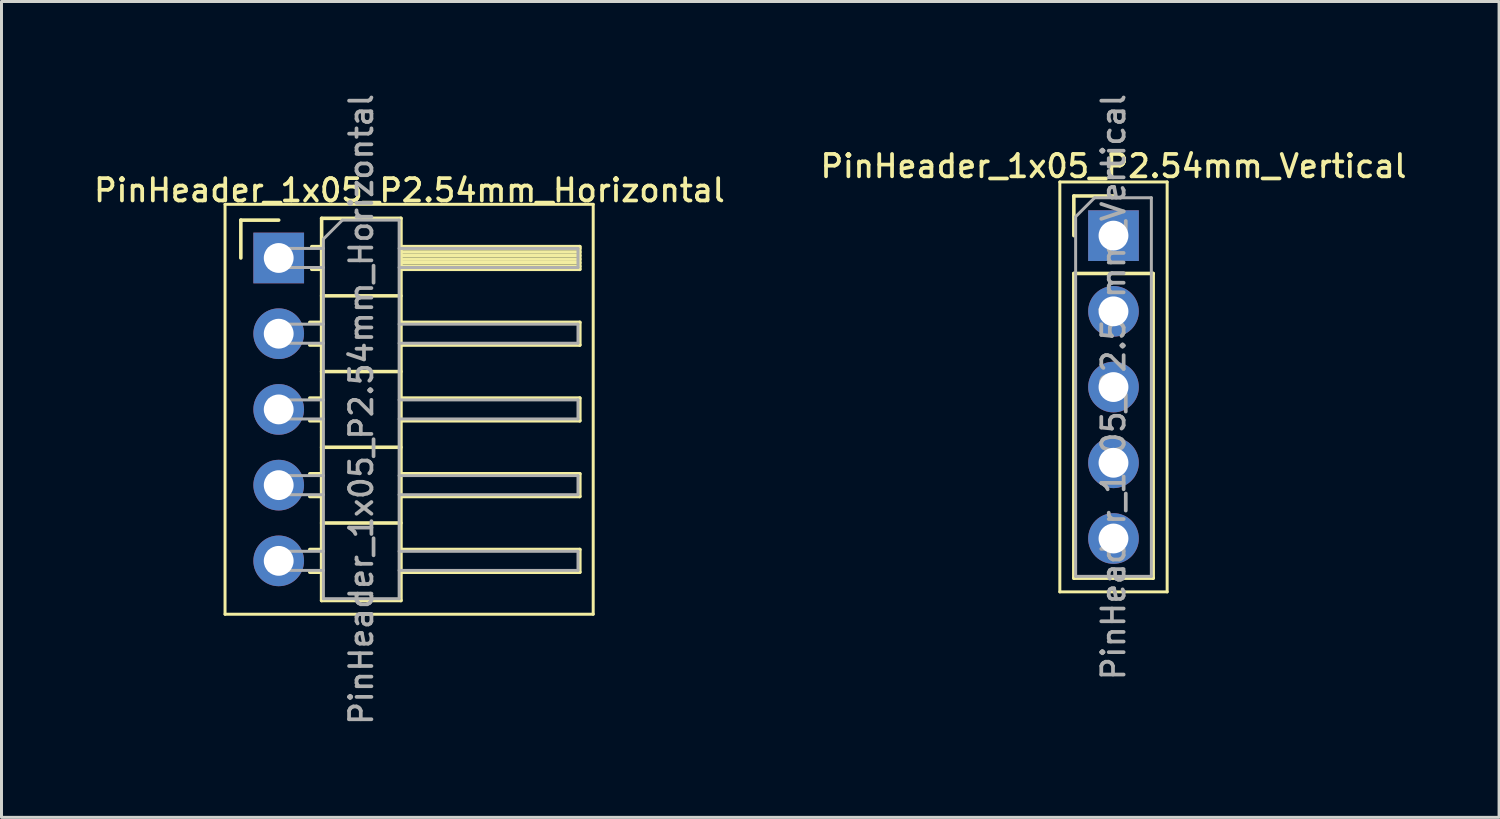
<source format=kicad_pcb>
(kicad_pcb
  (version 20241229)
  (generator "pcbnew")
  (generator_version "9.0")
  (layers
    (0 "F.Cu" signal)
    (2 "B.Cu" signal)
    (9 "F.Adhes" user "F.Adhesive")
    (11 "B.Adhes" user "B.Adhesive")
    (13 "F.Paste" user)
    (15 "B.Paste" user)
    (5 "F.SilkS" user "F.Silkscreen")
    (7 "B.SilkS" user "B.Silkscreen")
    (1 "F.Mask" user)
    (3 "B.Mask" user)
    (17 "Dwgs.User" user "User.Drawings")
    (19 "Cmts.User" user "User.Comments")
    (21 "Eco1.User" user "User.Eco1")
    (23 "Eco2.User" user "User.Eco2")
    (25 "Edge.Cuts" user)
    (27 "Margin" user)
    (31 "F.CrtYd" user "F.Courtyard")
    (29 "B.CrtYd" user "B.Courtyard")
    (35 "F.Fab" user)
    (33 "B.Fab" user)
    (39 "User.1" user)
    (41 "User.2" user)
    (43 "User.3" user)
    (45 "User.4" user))
  (footprint "PinHeader_1x05_P2.54mm_Horizontal"
    (layer "F.Cu")
    (at 6.299 5.604)
    (property "Reference" "PinHeader_1x05_P2.54mm_Horizontal" (at 4.385 -2.27 0) (layer "F.SilkS") (effects (font (size 0.75 0.75) (thickness 0.125))))
    (attr through_hole)
    (fp_line (start -1.8 -1.8) (end -1.8 11.95) (stroke (width 0.1) (type solid)) (layer "F.SilkS"))
    (fp_line (start -1.8 11.95) (end 10.55 11.95) (stroke (width 0.1) (type solid)) (layer "F.SilkS"))
    (fp_line (start -1.27 -1.27) (end 0 -1.27) (stroke (width 0.12) (type solid)) (layer "F.SilkS"))
    (fp_line (start -1.27 0) (end -1.27 -1.27) (stroke (width 0.12) (type solid)) (layer "F.SilkS"))
    (fp_line (start 1.043 2.16) (end 1.44 2.16) (stroke (width 0.12) (type solid)) (layer "F.SilkS"))
    (fp_line (start 1.043 2.92) (end 1.44 2.92) (stroke (width 0.12) (type solid)) (layer "F.SilkS"))
    (fp_line (start 1.043 4.7) (end 1.44 4.7) (stroke (width 0.12) (type solid)) (layer "F.SilkS"))
    (fp_line (start 1.043 5.46) (end 1.44 5.46) (stroke (width 0.12) (type solid)) (layer "F.SilkS"))
    (fp_line (start 1.043 7.24) (end 1.44 7.24) (stroke (width 0.12) (type solid)) (layer "F.SilkS"))
    (fp_line (start 1.043 8) (end 1.44 8) (stroke (width 0.12) (type solid)) (layer "F.SilkS"))
    (fp_line (start 1.043 9.78) (end 1.44 9.78) (stroke (width 0.12) (type solid)) (layer "F.SilkS"))
    (fp_line (start 1.043 10.54) (end 1.44 10.54) (stroke (width 0.12) (type solid)) (layer "F.SilkS"))
    (fp_line (start 1.11 -0.38) (end 1.44 -0.38) (stroke (width 0.12) (type solid)) (layer "F.SilkS"))
    (fp_line (start 1.11 0.38) (end 1.44 0.38) (stroke (width 0.12) (type solid)) (layer "F.SilkS"))
    (fp_line (start 1.44 -1.33) (end 1.44 11.49) (stroke (width 0.12) (type solid)) (layer "F.SilkS"))
    (fp_line (start 1.44 1.27) (end 4.1 1.27) (stroke (width 0.12) (type solid)) (layer "F.SilkS"))
    (fp_line (start 1.44 3.81) (end 4.1 3.81) (stroke (width 0.12) (type solid)) (layer "F.SilkS"))
    (fp_line (start 1.44 6.35) (end 4.1 6.35) (stroke (width 0.12) (type solid)) (layer "F.SilkS"))
    (fp_line (start 1.44 8.89) (end 4.1 8.89) (stroke (width 0.12) (type solid)) (layer "F.SilkS"))
    (fp_line (start 1.44 11.49) (end 4.1 11.49) (stroke (width 0.12) (type solid)) (layer "F.SilkS"))
    (fp_line (start 4.1 -1.33) (end 1.44 -1.33) (stroke (width 0.12) (type solid)) (layer "F.SilkS"))
    (fp_line (start 4.1 -0.38) (end 10.1 -0.38) (stroke (width 0.12) (type solid)) (layer "F.SilkS"))
    (fp_line (start 4.1 -0.32) (end 10.1 -0.32) (stroke (width 0.12) (type solid)) (layer "F.SilkS"))
    (fp_line (start 4.1 -0.2) (end 10.1 -0.2) (stroke (width 0.12) (type solid)) (layer "F.SilkS"))
    (fp_line (start 4.1 -0.08) (end 10.1 -0.08) (stroke (width 0.12) (type solid)) (layer "F.SilkS"))
    (fp_line (start 4.1 0.04) (end 10.1 0.04) (stroke (width 0.12) (type solid)) (layer "F.SilkS"))
    (fp_line (start 4.1 0.16) (end 10.1 0.16) (stroke (width 0.12) (type solid)) (layer "F.SilkS"))
    (fp_line (start 4.1 0.28) (end 10.1 0.28) (stroke (width 0.12) (type solid)) (layer "F.SilkS"))
    (fp_line (start 4.1 2.16) (end 10.1 2.16) (stroke (width 0.12) (type solid)) (layer "F.SilkS"))
    (fp_line (start 4.1 4.7) (end 10.1 4.7) (stroke (width 0.12) (type solid)) (layer "F.SilkS"))
    (fp_line (start 4.1 7.24) (end 10.1 7.24) (stroke (width 0.12) (type solid)) (layer "F.SilkS"))
    (fp_line (start 4.1 9.78) (end 10.1 9.78) (stroke (width 0.12) (type solid)) (layer "F.SilkS"))
    (fp_line (start 4.1 11.49) (end 4.1 -1.33) (stroke (width 0.12) (type solid)) (layer "F.SilkS"))
    (fp_line (start 10.1 -0.38) (end 10.1 0.38) (stroke (width 0.12) (type solid)) (layer "F.SilkS"))
    (fp_line (start 10.1 0.38) (end 4.1 0.38) (stroke (width 0.12) (type solid)) (layer "F.SilkS"))
    (fp_line (start 10.1 2.16) (end 10.1 2.92) (stroke (width 0.12) (type solid)) (layer "F.SilkS"))
    (fp_line (start 10.1 2.92) (end 4.1 2.92) (stroke (width 0.12) (type solid)) (layer "F.SilkS"))
    (fp_line (start 10.1 4.7) (end 10.1 5.46) (stroke (width 0.12) (type solid)) (layer "F.SilkS"))
    (fp_line (start 10.1 5.46) (end 4.1 5.46) (stroke (width 0.12) (type solid)) (layer "F.SilkS"))
    (fp_line (start 10.1 7.24) (end 10.1 8) (stroke (width 0.12) (type solid)) (layer "F.SilkS"))
    (fp_line (start 10.1 8) (end 4.1 8) (stroke (width 0.12) (type solid)) (layer "F.SilkS"))
    (fp_line (start 10.1 9.78) (end 10.1 10.54) (stroke (width 0.12) (type solid)) (layer "F.SilkS"))
    (fp_line (start 10.1 10.54) (end 4.1 10.54) (stroke (width 0.12) (type solid)) (layer "F.SilkS"))
    (fp_line (start 10.55 -1.8) (end -1.8 -1.8) (stroke (width 0.1) (type solid)) (layer "F.SilkS"))
    (fp_line (start 10.55 11.95) (end 10.55 -1.8) (stroke (width 0.1) (type solid)) (layer "F.SilkS"))
    (fp_line (start -0.32 -0.32) (end -0.32 0.32) (stroke (width 0.1) (type solid)) (layer "F.Fab"))
    (fp_line (start -0.32 -0.32) (end 1.5 -0.32) (stroke (width 0.1) (type solid)) (layer "F.Fab"))
    (fp_line (start -0.32 0.32) (end 1.5 0.32) (stroke (width 0.1) (type solid)) (layer "F.Fab"))
    (fp_line (start -0.32 2.22) (end -0.32 2.86) (stroke (width 0.1) (type solid)) (layer "F.Fab"))
    (fp_line (start -0.32 2.22) (end 1.5 2.22) (stroke (width 0.1) (type solid)) (layer "F.Fab"))
    (fp_line (start -0.32 2.86) (end 1.5 2.86) (stroke (width 0.1) (type solid)) (layer "F.Fab"))
    (fp_line (start -0.32 4.76) (end -0.32 5.4) (stroke (width 0.1) (type solid)) (layer "F.Fab"))
    (fp_line (start -0.32 4.76) (end 1.5 4.76) (stroke (width 0.1) (type solid)) (layer "F.Fab"))
    (fp_line (start -0.32 5.4) (end 1.5 5.4) (stroke (width 0.1) (type solid)) (layer "F.Fab"))
    (fp_line (start -0.32 7.3) (end -0.32 7.94) (stroke (width 0.1) (type solid)) (layer "F.Fab"))
    (fp_line (start -0.32 7.3) (end 1.5 7.3) (stroke (width 0.1) (type solid)) (layer "F.Fab"))
    (fp_line (start -0.32 7.94) (end 1.5 7.94) (stroke (width 0.1) (type solid)) (layer "F.Fab"))
    (fp_line (start -0.32 9.84) (end -0.32 10.48) (stroke (width 0.1) (type solid)) (layer "F.Fab"))
    (fp_line (start -0.32 9.84) (end 1.5 9.84) (stroke (width 0.1) (type solid)) (layer "F.Fab"))
    (fp_line (start -0.32 10.48) (end 1.5 10.48) (stroke (width 0.1) (type solid)) (layer "F.Fab"))
    (fp_line (start 1.5 -0.635) (end 2.135 -1.27) (stroke (width 0.1) (type solid)) (layer "F.Fab"))
    (fp_line (start 1.5 11.43) (end 1.5 -0.635) (stroke (width 0.1) (type solid)) (layer "F.Fab"))
    (fp_line (start 2.135 -1.27) (end 4.04 -1.27) (stroke (width 0.1) (type solid)) (layer "F.Fab"))
    (fp_line (start 4.04 -1.27) (end 4.04 11.43) (stroke (width 0.1) (type solid)) (layer "F.Fab"))
    (fp_line (start 4.04 -0.32) (end 10.04 -0.32) (stroke (width 0.1) (type solid)) (layer "F.Fab"))
    (fp_line (start 4.04 0.32) (end 10.04 0.32) (stroke (width 0.1) (type solid)) (layer "F.Fab"))
    (fp_line (start 4.04 2.22) (end 10.04 2.22) (stroke (width 0.1) (type solid)) (layer "F.Fab"))
    (fp_line (start 4.04 2.86) (end 10.04 2.86) (stroke (width 0.1) (type solid)) (layer "F.Fab"))
    (fp_line (start 4.04 4.76) (end 10.04 4.76) (stroke (width 0.1) (type solid)) (layer "F.Fab"))
    (fp_line (start 4.04 5.4) (end 10.04 5.4) (stroke (width 0.1) (type solid)) (layer "F.Fab"))
    (fp_line (start 4.04 7.3) (end 10.04 7.3) (stroke (width 0.1) (type solid)) (layer "F.Fab"))
    (fp_line (start 4.04 7.94) (end 10.04 7.94) (stroke (width 0.1) (type solid)) (layer "F.Fab"))
    (fp_line (start 4.04 9.84) (end 10.04 9.84) (stroke (width 0.1) (type solid)) (layer "F.Fab"))
    (fp_line (start 4.04 10.48) (end 10.04 10.48) (stroke (width 0.1) (type solid)) (layer "F.Fab"))
    (fp_line (start 4.04 11.43) (end 1.5 11.43) (stroke (width 0.1) (type solid)) (layer "F.Fab"))
    (fp_line (start 10.04 -0.32) (end 10.04 0.32) (stroke (width 0.1) (type solid)) (layer "F.Fab"))
    (fp_line (start 10.04 2.22) (end 10.04 2.86) (stroke (width 0.1) (type solid)) (layer "F.Fab"))
    (fp_line (start 10.04 4.76) (end 10.04 5.4) (stroke (width 0.1) (type solid)) (layer "F.Fab"))
    (fp_line (start 10.04 7.3) (end 10.04 7.94) (stroke (width 0.1) (type solid)) (layer "F.Fab"))
    (fp_line (start 10.04 9.84) (end 10.04 10.48) (stroke (width 0.1) (type solid)) (layer "F.Fab"))
    (fp_text user "${REFERENCE}" (at 2.77 5.08 90) (layer "F.Fab") (effects (font (size 0.75 0.75) (thickness 0.125))))
    (pad "1" thru_hole rect (at 0 0) (size 1.7 1.7) (drill 1) (layers "*.Cu" "*.Mask"))
    (pad "2" thru_hole oval (at 0 2.54) (size 1.7 1.7) (drill 1) (layers "*.Cu" "*.Mask"))
    (pad "3" thru_hole oval (at 0 5.08) (size 1.7 1.7) (drill 1) (layers "*.Cu" "*.Mask"))
    (pad "4" thru_hole oval (at 0 7.62) (size 1.7 1.7) (drill 1) (layers "*.Cu" "*.Mask"))
    (pad "5" thru_hole oval (at 0 10.16) (size 1.7 1.7) (drill 1) (layers "*.Cu" "*.Mask")))
  (footprint "PinHeader_1x05_P2.54mm_Vertical"
    (layer "F.Cu")
    (at 34.302 4.854)
    (property "Reference" "PinHeader_1x05_P2.54mm_Vertical" (at 0 -2.33 0) (layer "F.SilkS") (effects (font (size 0.75 0.75) (thickness 0.125))))
    (attr through_hole)
    (fp_line (start -1.8 -1.8) (end -1.8 11.95) (stroke (width 0.1) (type solid)) (layer "F.SilkS"))
    (fp_line (start -1.8 11.95) (end 1.8 11.95) (stroke (width 0.1) (type solid)) (layer "F.SilkS"))
    (fp_line (start -1.33 -1.33) (end 0 -1.33) (stroke (width 0.12) (type solid)) (layer "F.SilkS"))
    (fp_line (start -1.33 0) (end -1.33 -1.33) (stroke (width 0.12) (type solid)) (layer "F.SilkS"))
    (fp_line (start -1.33 1.27) (end -1.33 11.49) (stroke (width 0.12) (type solid)) (layer "F.SilkS"))
    (fp_line (start -1.33 1.27) (end 1.33 1.27) (stroke (width 0.12) (type solid)) (layer "F.SilkS"))
    (fp_line (start -1.33 11.49) (end 1.33 11.49) (stroke (width 0.12) (type solid)) (layer "F.SilkS"))
    (fp_line (start 1.33 1.27) (end 1.33 11.49) (stroke (width 0.12) (type solid)) (layer "F.SilkS"))
    (fp_line (start 1.8 -1.8) (end -1.8 -1.8) (stroke (width 0.1) (type solid)) (layer "F.SilkS"))
    (fp_line (start 1.8 11.95) (end 1.8 -1.8) (stroke (width 0.1) (type solid)) (layer "F.SilkS"))
    (fp_line (start -1.27 -0.635) (end -0.635 -1.27) (stroke (width 0.1) (type solid)) (layer "F.Fab"))
    (fp_line (start -1.27 11.43) (end -1.27 -0.635) (stroke (width 0.1) (type solid)) (layer "F.Fab"))
    (fp_line (start -0.635 -1.27) (end 1.27 -1.27) (stroke (width 0.1) (type solid)) (layer "F.Fab"))
    (fp_line (start 1.27 -1.27) (end 1.27 11.43) (stroke (width 0.1) (type solid)) (layer "F.Fab"))
    (fp_line (start 1.27 11.43) (end -1.27 11.43) (stroke (width 0.1) (type solid)) (layer "F.Fab"))
    (fp_text user "${REFERENCE}" (at 0 5.08 90) (layer "F.Fab") (effects (font (size 0.75 0.75) (thickness 0.125))))
    (pad "1" thru_hole rect (at 0 0) (size 1.7 1.7) (drill 1) (layers "*.Cu" "*.Mask"))
    (pad "2" thru_hole oval (at 0 2.54) (size 1.7 1.7) (drill 1) (layers "*.Cu" "*.Mask"))
    (pad "3" thru_hole oval (at 0 5.08) (size 1.7 1.7) (drill 1) (layers "*.Cu" "*.Mask"))
    (pad "4" thru_hole oval (at 0 7.62) (size 1.7 1.7) (drill 1) (layers "*.Cu" "*.Mask"))
    (pad "5" thru_hole oval (at 0 10.16) (size 1.7 1.7) (drill 1) (layers "*.Cu" "*.Mask")))
  (gr_rect
    (start -3 -3)
    (end 47.236 24.368)
    (stroke (width 0.1) (type default))
    (fill no)
    (layer "Edge.Cuts")))
</source>
